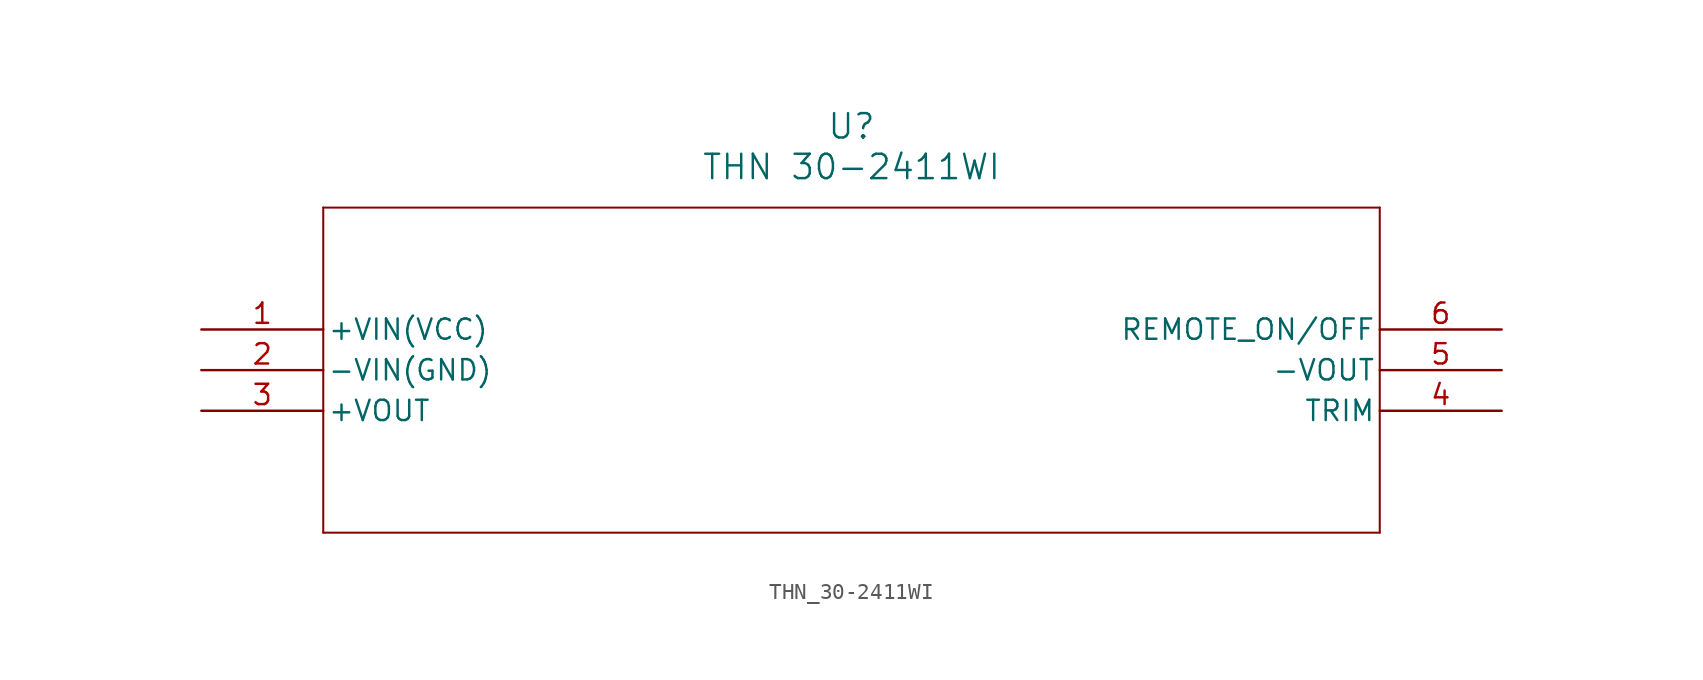
<source format=kicad_sym>
(kicad_symbol_lib
  (version 20211014)
  (generator kicad_symbol_editor)
  (symbol "THN_30-2411WI"
    (pin_names
      (offset 0.254))
    (property "Reference" "U"
      (at 40.64 12.7 0)
      (effects (font (size 1.524 1.524))))
    (property "Value" "THN 30-2411WI"
      (at 40.64 10.16 0)
      (effects (font (size 1.524 1.524))))
    (symbol "THN_30-2411WI_0_1"
      (polyline (pts (xy 7.62 7.62) (xy 7.62 -12.7)) (stroke (width 0.127) (type default) (color 0 0 0 0)) (fill (type none)))
      (polyline (pts (xy 7.62 -12.7) (xy 73.66 -12.7)) (stroke (width 0.127) (type default) (color 0 0 0 0)) (fill (type none)))
      (polyline (pts (xy 73.66 -12.7) (xy 73.66 7.62)) (stroke (width 0.127) (type default) (color 0 0 0 0)) (fill (type none)))
      (polyline (pts (xy 73.66 7.62) (xy 7.62 7.62)) (stroke (width 0.127) (type default) (color 0 0 0 0)) (fill (type none)))
      (pin power_in line (at 0 0 0) (length 7.62) (name "+VIN(VCC)" (effects (font (size 1.27 1.27)))) (number "1" (effects (font (size 1.27 1.27)))))
      (pin power_out line (at 0 -2.54 0) (length 7.62) (name "-VIN(GND)" (effects (font (size 1.27 1.27)))) (number "2" (effects (font (size 1.27 1.27)))))
      (pin power_in line (at 0 -5.08 0) (length 7.62) (name "+VOUT" (effects (font (size 1.27 1.27)))) (number "3" (effects (font (size 1.27 1.27)))))
      (pin unspecified line (at 81.28 -5.08 180) (length 7.62) (name "TRIM" (effects (font (size 1.27 1.27)))) (number "4" (effects (font (size 1.27 1.27)))))
      (pin power_in line (at 81.28 -2.54 180) (length 7.62) (name "-VOUT" (effects (font (size 1.27 1.27)))) (number "5" (effects (font (size 1.27 1.27)))))
      (pin unspecified line (at 81.28 0 180) (length 7.62) (name "REMOTE ON/OFF" (effects (font (size 1.27 1.27)))) (number "6" (effects (font (size 1.27 1.27))))))))
</source>
